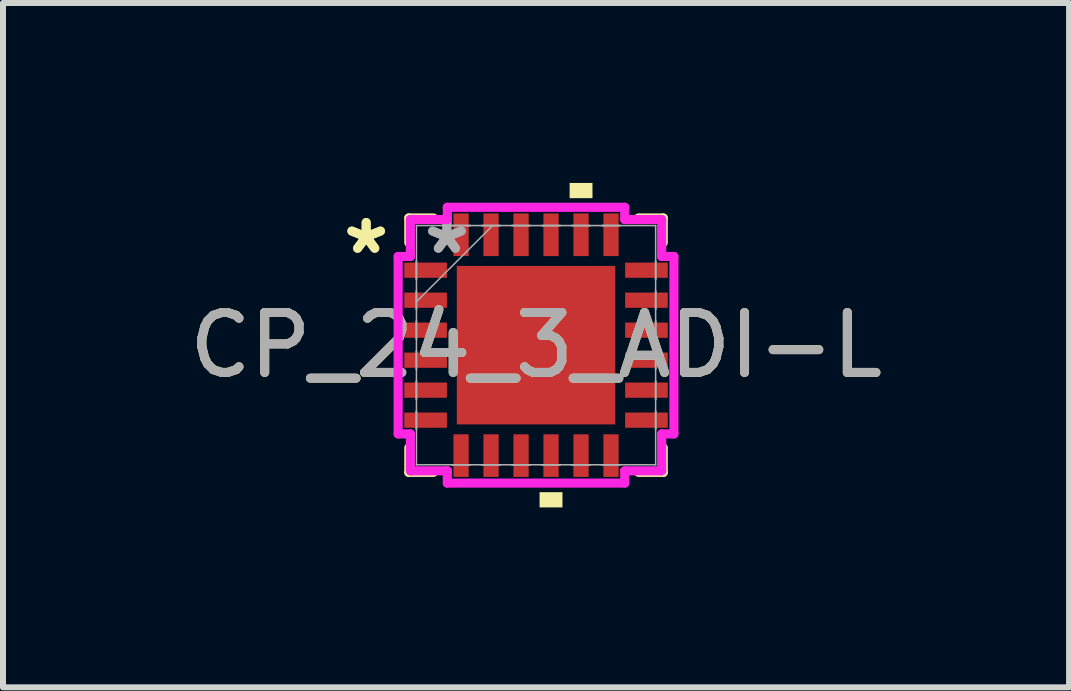
<source format=kicad_pcb>
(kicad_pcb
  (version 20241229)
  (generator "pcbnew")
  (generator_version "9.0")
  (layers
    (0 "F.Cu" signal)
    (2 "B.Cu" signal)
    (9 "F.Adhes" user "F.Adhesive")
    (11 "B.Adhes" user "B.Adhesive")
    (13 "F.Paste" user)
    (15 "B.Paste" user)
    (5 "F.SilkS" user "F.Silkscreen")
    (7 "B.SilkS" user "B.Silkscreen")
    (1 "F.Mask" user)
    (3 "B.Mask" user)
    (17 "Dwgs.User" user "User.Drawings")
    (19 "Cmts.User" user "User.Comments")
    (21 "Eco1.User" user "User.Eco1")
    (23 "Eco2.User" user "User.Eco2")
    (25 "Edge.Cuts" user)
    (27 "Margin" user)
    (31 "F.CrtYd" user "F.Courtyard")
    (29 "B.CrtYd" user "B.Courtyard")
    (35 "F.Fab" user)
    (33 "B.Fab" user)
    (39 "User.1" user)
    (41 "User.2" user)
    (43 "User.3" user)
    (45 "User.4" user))
  (footprint "CP_24_3_ADI-L"
    (layer "F.Cu")
    (at 5.887 2.705)
    (property "Reference" "CP_24_3_ADI-L" (at 0 0 0) (unlocked yes) (layer "F.SilkS") (effects (font (size 1 1) (thickness 0.15))))
    (attr smd)
    (fp_line (start -2.121 -2.121) (end -2.121 -1.71) (stroke (width 0.152) (type solid)) (layer "F.SilkS"))
    (fp_line (start -2.121 1.71) (end -2.121 2.121) (stroke (width 0.152) (type solid)) (layer "F.SilkS"))
    (fp_line (start -2.121 2.121) (end -1.71 2.121) (stroke (width 0.152) (type solid)) (layer "F.SilkS"))
    (fp_line (start -1.71 -2.121) (end -2.121 -2.121) (stroke (width 0.152) (type solid)) (layer "F.SilkS"))
    (fp_line (start 1.71 2.121) (end 2.121 2.121) (stroke (width 0.152) (type solid)) (layer "F.SilkS"))
    (fp_line (start 2.121 -2.121) (end 1.71 -2.121) (stroke (width 0.152) (type solid)) (layer "F.SilkS"))
    (fp_line (start 2.121 -1.71) (end 2.121 -2.121) (stroke (width 0.152) (type solid)) (layer "F.SilkS"))
    (fp_line (start 2.121 2.121) (end 2.121 1.71) (stroke (width 0.152) (type solid)) (layer "F.SilkS"))
    (fp_poly (pts (xy 0.059 2.451) (xy 0.059 2.705) (xy 0.441 2.705) (xy 0.441 2.451)) (stroke (width 0) (type solid)) (fill yes) (layer "F.SilkS"))
    (fp_poly (pts (xy 0.56 -2.451) (xy 0.56 -2.705) (xy 0.941 -2.705) (xy 0.941 -2.451)) (stroke (width 0) (type solid)) (fill yes) (layer "F.SilkS"))
    (fp_poly (pts (xy -1.221 -1.221) (xy -1.221 -0.1) (xy -0.1 -0.1) (xy -0.1 -1.221)) (stroke (width 0) (type solid)) (fill yes) (layer "F.Paste"))
    (fp_poly (pts (xy -1.221 0.1) (xy -1.221 1.221) (xy -0.1 1.221) (xy -0.1 0.1)) (stroke (width 0) (type solid)) (fill yes) (layer "F.Paste"))
    (fp_poly (pts (xy 0.1 -1.221) (xy 0.1 -0.1) (xy 1.221 -0.1) (xy 1.221 -1.221)) (stroke (width 0) (type solid)) (fill yes) (layer "F.Paste"))
    (fp_poly (pts (xy 0.1 0.1) (xy 0.1 1.221) (xy 1.221 1.221) (xy 1.221 0.1)) (stroke (width 0) (type solid)) (fill yes) (layer "F.Paste"))
    (fp_line (start -2.299 -1.479) (end -2.095 -1.479) (stroke (width 0.152) (type solid)) (layer "F.CrtYd"))
    (fp_line (start -2.299 1.479) (end -2.299 -1.479) (stroke (width 0.152) (type solid)) (layer "F.CrtYd"))
    (fp_line (start -2.095 -2.095) (end -1.479 -2.095) (stroke (width 0.152) (type solid)) (layer "F.CrtYd"))
    (fp_line (start -2.095 -1.479) (end -2.095 -2.095) (stroke (width 0.152) (type solid)) (layer "F.CrtYd"))
    (fp_line (start -2.095 1.479) (end -2.299 1.479) (stroke (width 0.152) (type solid)) (layer "F.CrtYd"))
    (fp_line (start -2.095 2.095) (end -2.095 1.479) (stroke (width 0.152) (type solid)) (layer "F.CrtYd"))
    (fp_line (start -1.479 -2.299) (end 1.479 -2.299) (stroke (width 0.152) (type solid)) (layer "F.CrtYd"))
    (fp_line (start -1.479 -2.095) (end -1.479 -2.299) (stroke (width 0.152) (type solid)) (layer "F.CrtYd"))
    (fp_line (start -1.479 2.095) (end -2.095 2.095) (stroke (width 0.152) (type solid)) (layer "F.CrtYd"))
    (fp_line (start -1.479 2.299) (end -1.479 2.095) (stroke (width 0.152) (type solid)) (layer "F.CrtYd"))
    (fp_line (start 1.479 -2.299) (end 1.479 -2.095) (stroke (width 0.152) (type solid)) (layer "F.CrtYd"))
    (fp_line (start 1.479 -2.095) (end 2.095 -2.095) (stroke (width 0.152) (type solid)) (layer "F.CrtYd"))
    (fp_line (start 1.479 2.095) (end 1.479 2.299) (stroke (width 0.152) (type solid)) (layer "F.CrtYd"))
    (fp_line (start 1.479 2.299) (end -1.479 2.299) (stroke (width 0.152) (type solid)) (layer "F.CrtYd"))
    (fp_line (start 2.095 -2.095) (end 2.095 -1.479) (stroke (width 0.152) (type solid)) (layer "F.CrtYd"))
    (fp_line (start 2.095 -1.479) (end 2.299 -1.479) (stroke (width 0.152) (type solid)) (layer "F.CrtYd"))
    (fp_line (start 2.095 1.479) (end 2.095 2.095) (stroke (width 0.152) (type solid)) (layer "F.CrtYd"))
    (fp_line (start 2.095 2.095) (end 1.479 2.095) (stroke (width 0.152) (type solid)) (layer "F.CrtYd"))
    (fp_line (start 2.299 -1.479) (end 2.299 1.479) (stroke (width 0.152) (type solid)) (layer "F.CrtYd"))
    (fp_line (start 2.299 1.479) (end 2.095 1.479) (stroke (width 0.152) (type solid)) (layer "F.CrtYd"))
    (fp_line (start -1.994 -1.994) (end -1.994 -1.994) (stroke (width 0.025) (type solid)) (layer "F.Fab"))
    (fp_line (start -1.994 -1.994) (end -1.994 1.994) (stroke (width 0.025) (type solid)) (layer "F.Fab"))
    (fp_line (start -1.994 -1.402) (end -1.994 -1.402) (stroke (width 0.025) (type solid)) (layer "F.Fab"))
    (fp_line (start -1.994 -1.402) (end -1.994 -1.098) (stroke (width 0.025) (type solid)) (layer "F.Fab"))
    (fp_line (start -1.994 -1.098) (end -1.994 -1.402) (stroke (width 0.025) (type solid)) (layer "F.Fab"))
    (fp_line (start -1.994 -1.098) (end -1.994 -1.098) (stroke (width 0.025) (type solid)) (layer "F.Fab"))
    (fp_line (start -1.994 -0.902) (end -1.994 -0.902) (stroke (width 0.025) (type solid)) (layer "F.Fab"))
    (fp_line (start -1.994 -0.902) (end -1.994 -0.598) (stroke (width 0.025) (type solid)) (layer "F.Fab"))
    (fp_line (start -1.994 -0.724) (end -0.724 -1.994) (stroke (width 0.025) (type solid)) (layer "F.Fab"))
    (fp_line (start -1.994 -0.598) (end -1.994 -0.902) (stroke (width 0.025) (type solid)) (layer "F.Fab"))
    (fp_line (start -1.994 -0.598) (end -1.994 -0.598) (stroke (width 0.025) (type solid)) (layer "F.Fab"))
    (fp_line (start -1.994 -0.402) (end -1.994 -0.402) (stroke (width 0.025) (type solid)) (layer "F.Fab"))
    (fp_line (start -1.994 -0.402) (end -1.994 -0.098) (stroke (width 0.025) (type solid)) (layer "F.Fab"))
    (fp_line (start -1.994 -0.098) (end -1.994 -0.402) (stroke (width 0.025) (type solid)) (layer "F.Fab"))
    (fp_line (start -1.994 -0.098) (end -1.994 -0.098) (stroke (width 0.025) (type solid)) (layer "F.Fab"))
    (fp_line (start -1.994 0.098) (end -1.994 0.098) (stroke (width 0.025) (type solid)) (layer "F.Fab"))
    (fp_line (start -1.994 0.098) (end -1.994 0.402) (stroke (width 0.025) (type solid)) (layer "F.Fab"))
    (fp_line (start -1.994 0.402) (end -1.994 0.098) (stroke (width 0.025) (type solid)) (layer "F.Fab"))
    (fp_line (start -1.994 0.402) (end -1.994 0.402) (stroke (width 0.025) (type solid)) (layer "F.Fab"))
    (fp_line (start -1.994 0.598) (end -1.994 0.598) (stroke (width 0.025) (type solid)) (layer "F.Fab"))
    (fp_line (start -1.994 0.598) (end -1.994 0.902) (stroke (width 0.025) (type solid)) (layer "F.Fab"))
    (fp_line (start -1.994 0.902) (end -1.994 0.598) (stroke (width 0.025) (type solid)) (layer "F.Fab"))
    (fp_line (start -1.994 0.902) (end -1.994 0.902) (stroke (width 0.025) (type solid)) (layer "F.Fab"))
    (fp_line (start -1.994 1.098) (end -1.994 1.098) (stroke (width 0.025) (type solid)) (layer "F.Fab"))
    (fp_line (start -1.994 1.098) (end -1.994 1.402) (stroke (width 0.025) (type solid)) (layer "F.Fab"))
    (fp_line (start -1.994 1.402) (end -1.994 1.098) (stroke (width 0.025) (type solid)) (layer "F.Fab"))
    (fp_line (start -1.994 1.402) (end -1.994 1.402) (stroke (width 0.025) (type solid)) (layer "F.Fab"))
    (fp_line (start -1.994 1.994) (end -1.994 1.994) (stroke (width 0.025) (type solid)) (layer "F.Fab"))
    (fp_line (start -1.994 1.994) (end 1.994 1.994) (stroke (width 0.025) (type solid)) (layer "F.Fab"))
    (fp_line (start -1.402 -1.994) (end -1.402 -1.994) (stroke (width 0.025) (type solid)) (layer "F.Fab"))
    (fp_line (start -1.402 -1.994) (end -1.098 -1.994) (stroke (width 0.025) (type solid)) (layer "F.Fab"))
    (fp_line (start -1.402 1.994) (end -1.402 1.994) (stroke (width 0.025) (type solid)) (layer "F.Fab"))
    (fp_line (start -1.402 1.994) (end -1.098 1.994) (stroke (width 0.025) (type solid)) (layer "F.Fab"))
    (fp_line (start -1.098 -1.994) (end -1.402 -1.994) (stroke (width 0.025) (type solid)) (layer "F.Fab"))
    (fp_line (start -1.098 -1.994) (end -1.098 -1.994) (stroke (width 0.025) (type solid)) (layer "F.Fab"))
    (fp_line (start -1.098 1.994) (end -1.402 1.994) (stroke (width 0.025) (type solid)) (layer "F.Fab"))
    (fp_line (start -1.098 1.994) (end -1.098 1.994) (stroke (width 0.025) (type solid)) (layer "F.Fab"))
    (fp_line (start -0.902 -1.994) (end -0.902 -1.994) (stroke (width 0.025) (type solid)) (layer "F.Fab"))
    (fp_line (start -0.902 -1.994) (end -0.598 -1.994) (stroke (width 0.025) (type solid)) (layer "F.Fab"))
    (fp_line (start -0.902 1.994) (end -0.902 1.994) (stroke (width 0.025) (type solid)) (layer "F.Fab"))
    (fp_line (start -0.902 1.994) (end -0.598 1.994) (stroke (width 0.025) (type solid)) (layer "F.Fab"))
    (fp_line (start -0.598 -1.994) (end -0.902 -1.994) (stroke (width 0.025) (type solid)) (layer "F.Fab"))
    (fp_line (start -0.598 -1.994) (end -0.598 -1.994) (stroke (width 0.025) (type solid)) (layer "F.Fab"))
    (fp_line (start -0.598 1.994) (end -0.902 1.994) (stroke (width 0.025) (type solid)) (layer "F.Fab"))
    (fp_line (start -0.598 1.994) (end -0.598 1.994) (stroke (width 0.025) (type solid)) (layer "F.Fab"))
    (fp_line (start -0.402 -1.994) (end -0.402 -1.994) (stroke (width 0.025) (type solid)) (layer "F.Fab"))
    (fp_line (start -0.402 -1.994) (end -0.098 -1.994) (stroke (width 0.025) (type solid)) (layer "F.Fab"))
    (fp_line (start -0.402 1.994) (end -0.402 1.994) (stroke (width 0.025) (type solid)) (layer "F.Fab"))
    (fp_line (start -0.402 1.994) (end -0.098 1.994) (stroke (width 0.025) (type solid)) (layer "F.Fab"))
    (fp_line (start -0.098 -1.994) (end -0.402 -1.994) (stroke (width 0.025) (type solid)) (layer "F.Fab"))
    (fp_line (start -0.098 -1.994) (end -0.098 -1.994) (stroke (width 0.025) (type solid)) (layer "F.Fab"))
    (fp_line (start -0.098 1.994) (end -0.402 1.994) (stroke (width 0.025) (type solid)) (layer "F.Fab"))
    (fp_line (start -0.098 1.994) (end -0.098 1.994) (stroke (width 0.025) (type solid)) (layer "F.Fab"))
    (fp_line (start 0.098 -1.994) (end 0.098 -1.994) (stroke (width 0.025) (type solid)) (layer "F.Fab"))
    (fp_line (start 0.098 -1.994) (end 0.402 -1.994) (stroke (width 0.025) (type solid)) (layer "F.Fab"))
    (fp_line (start 0.098 1.994) (end 0.098 1.994) (stroke (width 0.025) (type solid)) (layer "F.Fab"))
    (fp_line (start 0.098 1.994) (end 0.402 1.994) (stroke (width 0.025) (type solid)) (layer "F.Fab"))
    (fp_line (start 0.402 -1.994) (end 0.098 -1.994) (stroke (width 0.025) (type solid)) (layer "F.Fab"))
    (fp_line (start 0.402 -1.994) (end 0.402 -1.994) (stroke (width 0.025) (type solid)) (layer "F.Fab"))
    (fp_line (start 0.402 1.994) (end 0.098 1.994) (stroke (width 0.025) (type solid)) (layer "F.Fab"))
    (fp_line (start 0.402 1.994) (end 0.402 1.994) (stroke (width 0.025) (type solid)) (layer "F.Fab"))
    (fp_line (start 0.598 -1.994) (end 0.598 -1.994) (stroke (width 0.025) (type solid)) (layer "F.Fab"))
    (fp_line (start 0.598 -1.994) (end 0.902 -1.994) (stroke (width 0.025) (type solid)) (layer "F.Fab"))
    (fp_line (start 0.598 1.994) (end 0.598 1.994) (stroke (width 0.025) (type solid)) (layer "F.Fab"))
    (fp_line (start 0.598 1.994) (end 0.902 1.994) (stroke (width 0.025) (type solid)) (layer "F.Fab"))
    (fp_line (start 0.902 -1.994) (end 0.598 -1.994) (stroke (width 0.025) (type solid)) (layer "F.Fab"))
    (fp_line (start 0.902 -1.994) (end 0.902 -1.994) (stroke (width 0.025) (type solid)) (layer "F.Fab"))
    (fp_line (start 0.902 1.994) (end 0.598 1.994) (stroke (width 0.025) (type solid)) (layer "F.Fab"))
    (fp_line (start 0.902 1.994) (end 0.902 1.994) (stroke (width 0.025) (type solid)) (layer "F.Fab"))
    (fp_line (start 1.098 -1.994) (end 1.098 -1.994) (stroke (width 0.025) (type solid)) (layer "F.Fab"))
    (fp_line (start 1.098 -1.994) (end 1.402 -1.994) (stroke (width 0.025) (type solid)) (layer "F.Fab"))
    (fp_line (start 1.098 1.994) (end 1.098 1.994) (stroke (width 0.025) (type solid)) (layer "F.Fab"))
    (fp_line (start 1.098 1.994) (end 1.402 1.994) (stroke (width 0.025) (type solid)) (layer "F.Fab"))
    (fp_line (start 1.402 -1.994) (end 1.098 -1.994) (stroke (width 0.025) (type solid)) (layer "F.Fab"))
    (fp_line (start 1.402 -1.994) (end 1.402 -1.994) (stroke (width 0.025) (type solid)) (layer "F.Fab"))
    (fp_line (start 1.402 1.994) (end 1.098 1.994) (stroke (width 0.025) (type solid)) (layer "F.Fab"))
    (fp_line (start 1.402 1.994) (end 1.402 1.994) (stroke (width 0.025) (type solid)) (layer "F.Fab"))
    (fp_line (start 1.994 -1.994) (end -1.994 -1.994) (stroke (width 0.025) (type solid)) (layer "F.Fab"))
    (fp_line (start 1.994 -1.994) (end 1.994 -1.994) (stroke (width 0.025) (type solid)) (layer "F.Fab"))
    (fp_line (start 1.994 -1.402) (end 1.994 -1.402) (stroke (width 0.025) (type solid)) (layer "F.Fab"))
    (fp_line (start 1.994 -1.402) (end 1.994 -1.098) (stroke (width 0.025) (type solid)) (layer "F.Fab"))
    (fp_line (start 1.994 -1.098) (end 1.994 -1.402) (stroke (width 0.025) (type solid)) (layer "F.Fab"))
    (fp_line (start 1.994 -1.098) (end 1.994 -1.098) (stroke (width 0.025) (type solid)) (layer "F.Fab"))
    (fp_line (start 1.994 -0.902) (end 1.994 -0.902) (stroke (width 0.025) (type solid)) (layer "F.Fab"))
    (fp_line (start 1.994 -0.902) (end 1.994 -0.598) (stroke (width 0.025) (type solid)) (layer "F.Fab"))
    (fp_line (start 1.994 -0.598) (end 1.994 -0.902) (stroke (width 0.025) (type solid)) (layer "F.Fab"))
    (fp_line (start 1.994 -0.598) (end 1.994 -0.598) (stroke (width 0.025) (type solid)) (layer "F.Fab"))
    (fp_line (start 1.994 -0.402) (end 1.994 -0.402) (stroke (width 0.025) (type solid)) (layer "F.Fab"))
    (fp_line (start 1.994 -0.402) (end 1.994 -0.098) (stroke (width 0.025) (type solid)) (layer "F.Fab"))
    (fp_line (start 1.994 -0.098) (end 1.994 -0.402) (stroke (width 0.025) (type solid)) (layer "F.Fab"))
    (fp_line (start 1.994 -0.098) (end 1.994 -0.098) (stroke (width 0.025) (type solid)) (layer "F.Fab"))
    (fp_line (start 1.994 0.098) (end 1.994 0.098) (stroke (width 0.025) (type solid)) (layer "F.Fab"))
    (fp_line (start 1.994 0.098) (end 1.994 0.402) (stroke (width 0.025) (type solid)) (layer "F.Fab"))
    (fp_line (start 1.994 0.402) (end 1.994 0.098) (stroke (width 0.025) (type solid)) (layer "F.Fab"))
    (fp_line (start 1.994 0.402) (end 1.994 0.402) (stroke (width 0.025) (type solid)) (layer "F.Fab"))
    (fp_line (start 1.994 0.598) (end 1.994 0.598) (stroke (width 0.025) (type solid)) (layer "F.Fab"))
    (fp_line (start 1.994 0.598) (end 1.994 0.902) (stroke (width 0.025) (type solid)) (layer "F.Fab"))
    (fp_line (start 1.994 0.902) (end 1.994 0.598) (stroke (width 0.025) (type solid)) (layer "F.Fab"))
    (fp_line (start 1.994 0.902) (end 1.994 0.902) (stroke (width 0.025) (type solid)) (layer "F.Fab"))
    (fp_line (start 1.994 1.098) (end 1.994 1.098) (stroke (width 0.025) (type solid)) (layer "F.Fab"))
    (fp_line (start 1.994 1.098) (end 1.994 1.402) (stroke (width 0.025) (type solid)) (layer "F.Fab"))
    (fp_line (start 1.994 1.402) (end 1.994 1.098) (stroke (width 0.025) (type solid)) (layer "F.Fab"))
    (fp_line (start 1.994 1.402) (end 1.994 1.402) (stroke (width 0.025) (type solid)) (layer "F.Fab"))
    (fp_line (start 1.994 1.994) (end 1.994 -1.994) (stroke (width 0.025) (type solid)) (layer "F.Fab"))
    (fp_line (start 1.994 1.994) (end 1.994 1.994) (stroke (width 0.025) (type solid)) (layer "F.Fab"))
    (fp_text user "*" (at -2.832 -1.5 0) (layer "F.SilkS") (effects (font (size 1 1) (thickness 0.15))))
    (fp_text user "*" (at -2.832 -1.5 0) (unlocked yes) (layer "F.SilkS") (effects (font (size 1 1) (thickness 0.15))))
    (fp_text user "*" (at -1.486 -1.5 0) (layer "F.Fab") (effects (font (size 1 1) (thickness 0.15))))
    (fp_text user "*" (at -1.486 -1.5 0) (unlocked yes) (layer "F.Fab") (effects (font (size 1 1) (thickness 0.15))))
    (fp_text user "${REFERENCE}" (at 0 0 0) (unlocked yes) (layer "F.Fab") (effects (font (size 1 1) (thickness 0.15))))
    (pad "1" smd rect (at -1.841 -1.25 90) (size 0.254 0.711) (layers "F.Cu" "F.Mask" "F.Paste"))
    (pad "2" smd rect (at -1.841 -0.75 90) (size 0.254 0.711) (layers "F.Cu" "F.Mask" "F.Paste"))
    (pad "3" smd rect (at -1.841 -0.25 90) (size 0.254 0.711) (layers "F.Cu" "F.Mask" "F.Paste"))
    (pad "4" smd rect (at -1.841 0.25 90) (size 0.254 0.711) (layers "F.Cu" "F.Mask" "F.Paste"))
    (pad "5" smd rect (at -1.841 0.75 90) (size 0.254 0.711) (layers "F.Cu" "F.Mask" "F.Paste"))
    (pad "6" smd rect (at -1.841 1.25 90) (size 0.254 0.711) (layers "F.Cu" "F.Mask" "F.Paste"))
    (pad "7" smd rect (at -1.25 1.841) (size 0.254 0.711) (layers "F.Cu" "F.Mask" "F.Paste"))
    (pad "8" smd rect (at -0.75 1.841) (size 0.254 0.711) (layers "F.Cu" "F.Mask" "F.Paste"))
    (pad "9" smd rect (at -0.25 1.841) (size 0.254 0.711) (layers "F.Cu" "F.Mask" "F.Paste"))
    (pad "10" smd rect (at 0.25 1.841) (size 0.254 0.711) (layers "F.Cu" "F.Mask" "F.Paste"))
    (pad "11" smd rect (at 0.75 1.841) (size 0.254 0.711) (layers "F.Cu" "F.Mask" "F.Paste"))
    (pad "12" smd rect (at 1.25 1.841) (size 0.254 0.711) (layers "F.Cu" "F.Mask" "F.Paste"))
    (pad "13" smd rect (at 1.841 1.25 90) (size 0.254 0.711) (layers "F.Cu" "F.Mask" "F.Paste"))
    (pad "14" smd rect (at 1.841 0.75 90) (size 0.254 0.711) (layers "F.Cu" "F.Mask" "F.Paste"))
    (pad "15" smd rect (at 1.841 0.25 90) (size 0.254 0.711) (layers "F.Cu" "F.Mask" "F.Paste"))
    (pad "16" smd rect (at 1.841 -0.25 90) (size 0.254 0.711) (layers "F.Cu" "F.Mask" "F.Paste"))
    (pad "17" smd rect (at 1.841 -0.75 90) (size 0.254 0.711) (layers "F.Cu" "F.Mask" "F.Paste"))
    (pad "18" smd rect (at 1.841 -1.25 90) (size 0.254 0.711) (layers "F.Cu" "F.Mask" "F.Paste"))
    (pad "19" smd rect (at 1.25 -1.841) (size 0.254 0.711) (layers "F.Cu" "F.Mask" "F.Paste"))
    (pad "20" smd rect (at 0.75 -1.841) (size 0.254 0.711) (layers "F.Cu" "F.Mask" "F.Paste"))
    (pad "21" smd rect (at 0.25 -1.841) (size 0.254 0.711) (layers "F.Cu" "F.Mask" "F.Paste"))
    (pad "22" smd rect (at -0.25 -1.841) (size 0.254 0.711) (layers "F.Cu" "F.Mask" "F.Paste"))
    (pad "23" smd rect (at -0.75 -1.841) (size 0.254 0.711) (layers "F.Cu" "F.Mask" "F.Paste"))
    (pad "24" smd rect (at -1.25 -1.841) (size 0.254 0.711) (layers "F.Cu" "F.Mask" "F.Paste"))
    (pad "25" smd rect (at 0 0) (size 2.642 2.642) (layers "F.Cu" "F.Mask" "F.Paste")))
  (gr_rect
    (start -3 -3)
    (end 14.774 8.41)
    (stroke (width 0.1) (type default))
    (fill no)
    (layer "Edge.Cuts")))
</source>
